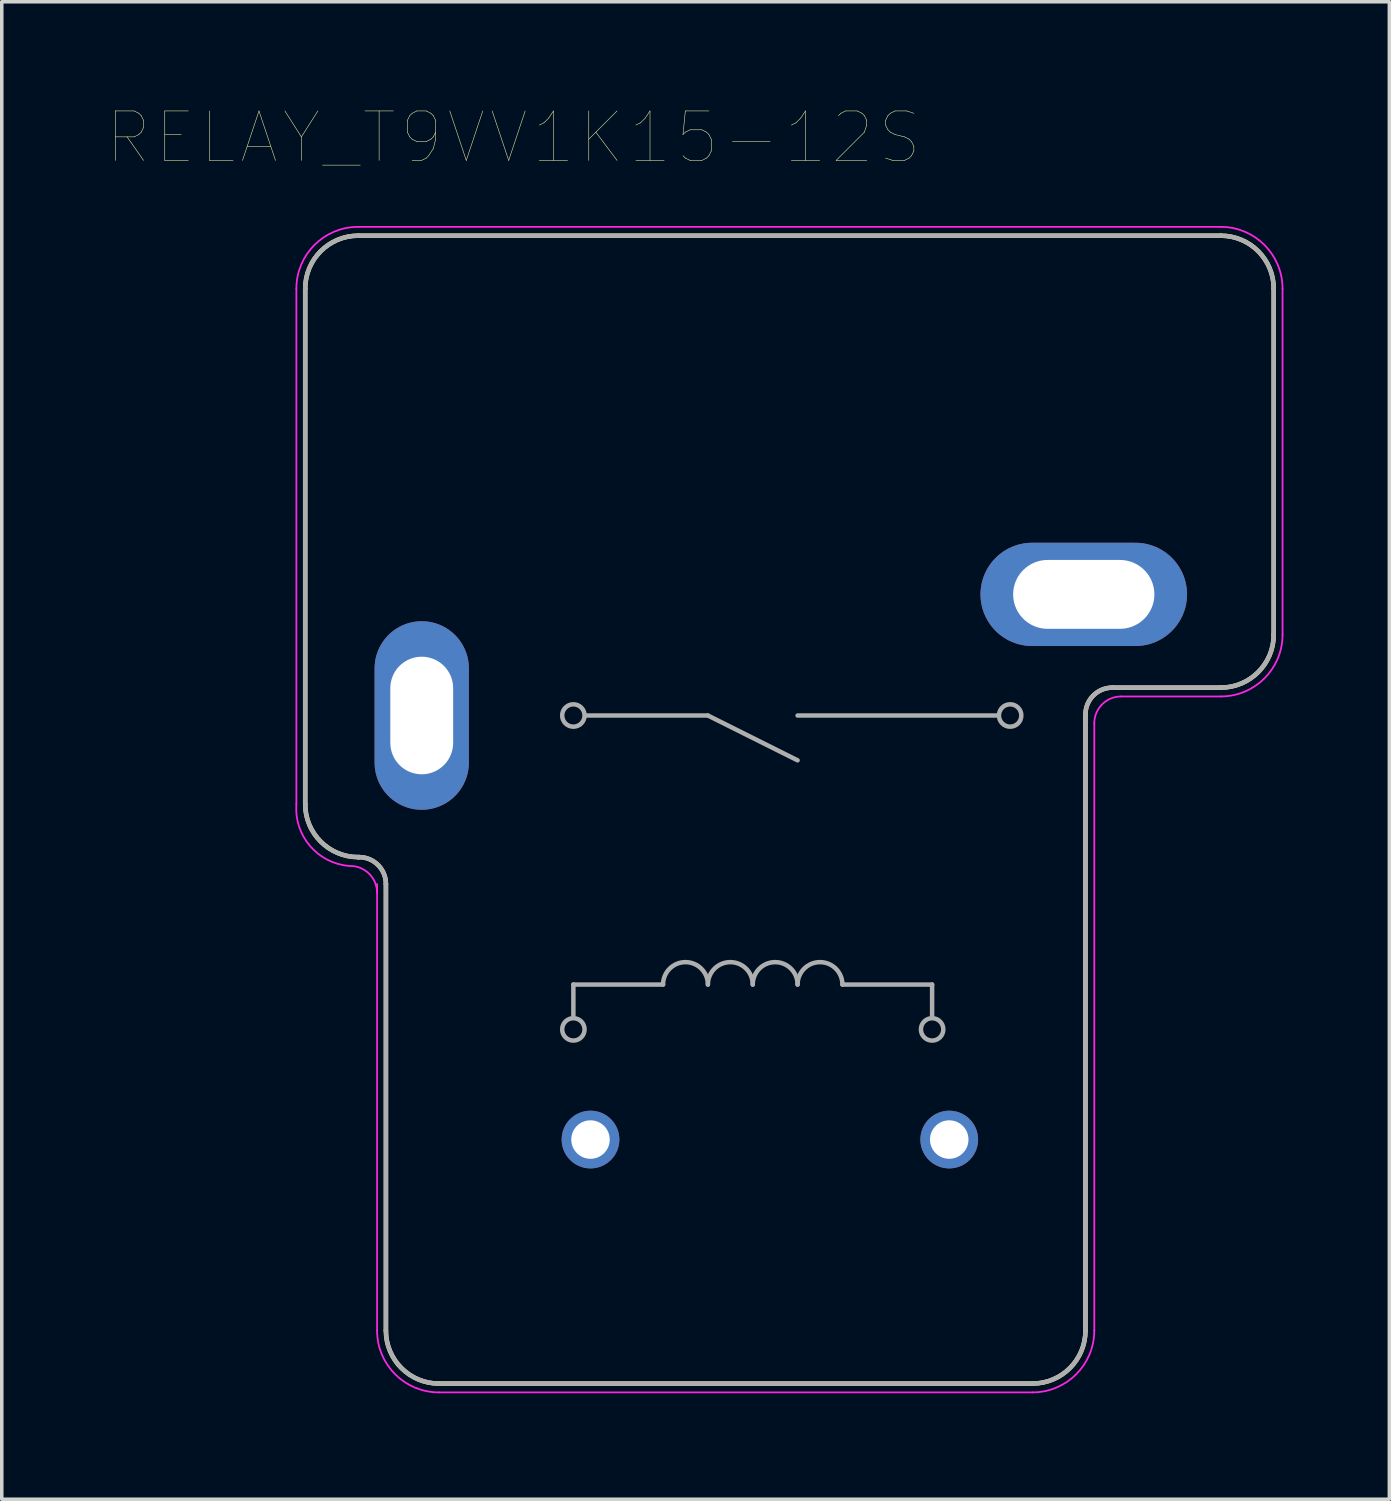
<source format=kicad_pcb>
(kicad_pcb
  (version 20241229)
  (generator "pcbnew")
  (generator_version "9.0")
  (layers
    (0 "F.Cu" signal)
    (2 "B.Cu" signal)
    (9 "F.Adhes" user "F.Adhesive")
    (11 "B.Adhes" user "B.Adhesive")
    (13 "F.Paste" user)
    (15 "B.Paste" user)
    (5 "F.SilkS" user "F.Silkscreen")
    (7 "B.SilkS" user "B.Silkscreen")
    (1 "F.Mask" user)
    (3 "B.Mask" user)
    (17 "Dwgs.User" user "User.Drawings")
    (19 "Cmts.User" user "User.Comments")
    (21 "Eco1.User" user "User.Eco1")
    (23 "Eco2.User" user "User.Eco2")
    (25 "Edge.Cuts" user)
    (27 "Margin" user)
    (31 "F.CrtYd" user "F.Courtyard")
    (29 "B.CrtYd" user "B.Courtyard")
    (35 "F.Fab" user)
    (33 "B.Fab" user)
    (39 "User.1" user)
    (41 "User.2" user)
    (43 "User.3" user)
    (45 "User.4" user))
  (footprint "RELAY_T9VV1K15-12S"
    (layer "F.Cu")
    (at 18.269 17.214)
    (property "Reference" "RELAY_T9VV1K15-12S" (at -6.779 -16.368 0) (layer "F.SilkS") (effects (font (size 1.401 1.401) (thickness 0.015))))
    (attr through_hole)
    (fp_line (start -12.675 2.511) (end -12.675 -12.089) (stroke (width 0.127) (type solid)) (layer "F.SilkS"))
    (fp_line (start -11.175 -13.589) (end 13.255 -13.589) (stroke (width 0.127) (type solid)) (layer "F.SilkS"))
    (fp_line (start -11.151 4.011) (end -11.175 4.011) (stroke (width 0.127) (type solid)) (layer "F.SilkS"))
    (fp_line (start -10.389 17.421) (end -10.389 4.773) (stroke (width 0.127) (type solid)) (layer "F.SilkS"))
    (fp_line (start 7.923 18.921) (end -8.889 18.921) (stroke (width 0.127) (type solid)) (layer "F.SilkS"))
    (fp_line (start 9.423 -0.027) (end 9.423 17.421) (stroke (width 0.127) (type solid)) (layer "F.SilkS"))
    (fp_line (start 13.255 -0.789) (end 10.185 -0.789) (stroke (width 0.127) (type solid)) (layer "F.SilkS"))
    (fp_line (start 14.755 -12.089) (end 14.755 -2.289) (stroke (width 0.127) (type solid)) (layer "F.SilkS"))
    (fp_arc (start -12.675 -12.088999) (mid -12.23578 -13.149668) (end -11.1752 -13.5891) (stroke (width 0.127) (type solid)) (layer "F.SilkS"))
    (fp_arc (start -11.175199 4.0109) (mid -12.235934 3.57152) (end -12.6753 2.51078) (stroke (width 0.127) (type solid)) (layer "F.SilkS"))
    (fp_arc (start -11.1513 4.0109) (mid -10.612485 4.234085) (end -10.3893 4.7729) (stroke (width 0.127) (type solid)) (layer "F.SilkS"))
    (fp_arc (start -8.889179 18.9209) (mid -9.94992 18.481534) (end -10.3893 17.4208) (stroke (width 0.127) (type solid)) (layer "F.SilkS"))
    (fp_arc (start 9.4227 -0.0271) (mid 9.645885 -0.565915) (end 10.1847 -0.7891) (stroke (width 0.127) (type solid)) (layer "F.SilkS"))
    (fp_arc (start 9.4227 17.420799) (mid 8.98332 18.481534) (end 7.92258 18.9209) (stroke (width 0.127) (type solid)) (layer "F.SilkS"))
    (fp_arc (start 13.254599 -13.5891) (mid 14.31533 -13.14973) (end 14.7547 -12.089) (stroke (width 0.127) (type solid)) (layer "F.SilkS"))
    (fp_arc (start 14.755 -2.289221) (mid 14.315486 -1.228415) (end 13.2546 -0.789094) (stroke (width 0.127) (type solid)) (layer "F.SilkS"))
    (fp_line (start -12.925 2.511) (end -12.925 -12.089) (stroke (width 0.05) (type solid)) (layer "F.CrtYd"))
    (fp_line (start -11.175 -13.839) (end 13.255 -13.839) (stroke (width 0.05) (type solid)) (layer "F.CrtYd"))
    (fp_line (start -10.639 5.023) (end -10.639 4.773) (stroke (width 0.05) (type solid)) (layer "F.CrtYd"))
    (fp_line (start -10.639 17.421) (end -10.639 5.023) (stroke (width 0.05) (type solid)) (layer "F.CrtYd"))
    (fp_line (start 7.923 19.171) (end -8.889 19.171) (stroke (width 0.05) (type solid)) (layer "F.CrtYd"))
    (fp_line (start 9.673 0.223) (end 9.673 17.421) (stroke (width 0.05) (type solid)) (layer "F.CrtYd"))
    (fp_line (start 13.255 -0.539) (end 10.435 -0.539) (stroke (width 0.05) (type solid)) (layer "F.CrtYd"))
    (fp_line (start 15.005 -12.089) (end 15.005 -2.289) (stroke (width 0.05) (type solid)) (layer "F.CrtYd"))
    (fp_arc (start -12.925 -12.089) (mid -12.412557 -13.326445) (end -11.1752 -13.8391) (stroke (width 0.05) (type solid)) (layer "F.CrtYd"))
    (fp_arc (start -11.4252 4.2609) (mid -12.537711 3.69652) (end -12.9253 2.51078) (stroke (width 0.05) (type solid)) (layer "F.CrtYd"))
    (fp_arc (start -11.4013 4.2609) (mid -10.862485 4.484085) (end -10.6393 5.0229) (stroke (width 0.05) (type solid)) (layer "F.CrtYd"))
    (fp_arc (start -8.88918 19.1709) (mid -10.126697 18.658311) (end -10.6393 17.4208) (stroke (width 0.05) (type solid)) (layer "F.CrtYd"))
    (fp_arc (start 9.6727 0.2229) (mid 9.895885 -0.315915) (end 10.4347 -0.5391) (stroke (width 0.05) (type solid)) (layer "F.CrtYd"))
    (fp_arc (start 9.6727 17.4208) (mid 9.160097 18.658311) (end 7.92258 19.1709) (stroke (width 0.05) (type solid)) (layer "F.CrtYd"))
    (fp_arc (start 13.2546 -13.8391) (mid 14.492107 -13.326507) (end 15.0047 -12.089) (stroke (width 0.05) (type solid)) (layer "F.CrtYd"))
    (fp_arc (start 15.005 -2.28922) (mid 14.492262 -1.051638) (end 13.2546 -0.539094) (stroke (width 0.05) (type solid)) (layer "F.CrtYd"))
    (fp_line (start -12.675 2.511) (end -12.675 -12.089) (stroke (width 0.127) (type solid)) (layer "F.Fab"))
    (fp_line (start -11.175 -13.589) (end 13.255 -13.589) (stroke (width 0.127) (type solid)) (layer "F.Fab"))
    (fp_line (start -11.151 4.011) (end -11.175 4.011) (stroke (width 0.127) (type solid)) (layer "F.Fab"))
    (fp_line (start -10.389 17.421) (end -10.389 4.773) (stroke (width 0.127) (type solid)) (layer "F.Fab"))
    (fp_line (start -5.08 7.62) (end -2.54 7.62) (stroke (width 0.127) (type solid)) (layer "F.Fab"))
    (fp_line (start -5.08 8.49) (end -5.08 7.62) (stroke (width 0.127) (type solid)) (layer "F.Fab"))
    (fp_line (start -4.71 0) (end -1.27 0) (stroke (width 0.127) (type solid)) (layer "F.Fab"))
    (fp_line (start -1.27 0) (end 1.27 1.27) (stroke (width 0.127) (type solid)) (layer "F.Fab"))
    (fp_line (start 1.27 0) (end 6.92 0) (stroke (width 0.127) (type solid)) (layer "F.Fab"))
    (fp_line (start 2.54 7.62) (end 5.08 7.62) (stroke (width 0.127) (type solid)) (layer "F.Fab"))
    (fp_line (start 5.08 7.62) (end 5.08 8.49) (stroke (width 0.127) (type solid)) (layer "F.Fab"))
    (fp_line (start 7.923 18.921) (end -8.889 18.921) (stroke (width 0.127) (type solid)) (layer "F.Fab"))
    (fp_line (start 9.423 -0.027) (end 9.423 17.421) (stroke (width 0.127) (type solid)) (layer "F.Fab"))
    (fp_line (start 13.255 -0.789) (end 10.185 -0.789) (stroke (width 0.127) (type solid)) (layer "F.Fab"))
    (fp_line (start 14.755 -12.089) (end 14.755 -2.289) (stroke (width 0.127) (type solid)) (layer "F.Fab"))
    (fp_arc (start -12.675 -12.088999) (mid -12.23578 -13.149668) (end -11.1752 -13.5891) (stroke (width 0.127) (type solid)) (layer "F.Fab"))
    (fp_arc (start -11.175199 4.0109) (mid -12.235934 3.57152) (end -12.6753 2.51078) (stroke (width 0.127) (type solid)) (layer "F.Fab"))
    (fp_arc (start -11.1513 4.0109) (mid -10.612485 4.234085) (end -10.3893 4.7729) (stroke (width 0.127) (type solid)) (layer "F.Fab"))
    (fp_arc (start -8.889179 18.9209) (mid -9.94992 18.481534) (end -10.3893 17.4208) (stroke (width 0.127) (type solid)) (layer "F.Fab"))
    (fp_arc (start -2.54 7.62) (mid -1.905 6.985) (end -1.27 7.62) (stroke (width 0.127) (type solid)) (layer "F.Fab"))
    (fp_arc (start -1.27 7.62) (mid -0.635 6.985) (end 0 7.62) (stroke (width 0.127) (type solid)) (layer "F.Fab"))
    (fp_arc (start 0 7.62) (mid 0.635 6.985) (end 1.27 7.62) (stroke (width 0.127) (type solid)) (layer "F.Fab"))
    (fp_arc (start 1.27 7.62) (mid 1.905 6.985) (end 2.54 7.62) (stroke (width 0.127) (type solid)) (layer "F.Fab"))
    (fp_arc (start 9.4227 -0.0271) (mid 9.645885 -0.565915) (end 10.1847 -0.7891) (stroke (width 0.127) (type solid)) (layer "F.Fab"))
    (fp_arc (start 9.4227 17.420799) (mid 8.98332 18.481534) (end 7.92258 18.9209) (stroke (width 0.127) (type solid)) (layer "F.Fab"))
    (fp_arc (start 13.254599 -13.5891) (mid 14.31533 -13.14973) (end 14.7547 -12.089) (stroke (width 0.127) (type solid)) (layer "F.Fab"))
    (fp_arc (start 14.755 -2.289221) (mid 14.315486 -1.228415) (end 13.2546 -0.789094) (stroke (width 0.127) (type solid)) (layer "F.Fab"))
    (fp_circle (center -5.08 0) (end -4.763 0) (stroke (width 0.127) (type solid)) (fill no) (layer "F.Fab"))
    (fp_circle (center -5.08 8.89) (end -4.763 8.89) (stroke (width 0.127) (type solid)) (fill no) (layer "F.Fab"))
    (fp_circle (center 5.08 8.89) (end 5.397 8.89) (stroke (width 0.127) (type solid)) (fill no) (layer "F.Fab"))
    (fp_circle (center 7.29 0) (end 7.607 0) (stroke (width 0.127) (type solid)) (fill no) (layer "F.Fab"))
    (pad "1" thru_hole circle (at 5.565 12.01) (size 1.635 1.635) (drill 1.09) (layers "*.Cu" "*.Mask"))
    (pad "2" thru_hole circle (at -4.595 12.01) (size 1.635 1.635) (drill 1.09) (layers "*.Cu" "*.Mask"))
    (pad "3" thru_hole oval (at -9.375 0) (size 2.67 5.34) (drill oval 1.78 3.33) (layers "*.Cu" "*.Mask"))
    (pad "4" thru_hole oval (at 9.375 -3.43) (size 5.85 2.925) (drill oval 4 1.95) (layers "*.Cu" "*.Mask")))
  (gr_rect
    (start -3 -3)
    (end 36.299 39.41)
    (stroke (width 0.1) (type default))
    (fill no)
    (layer "Edge.Cuts")))
</source>
